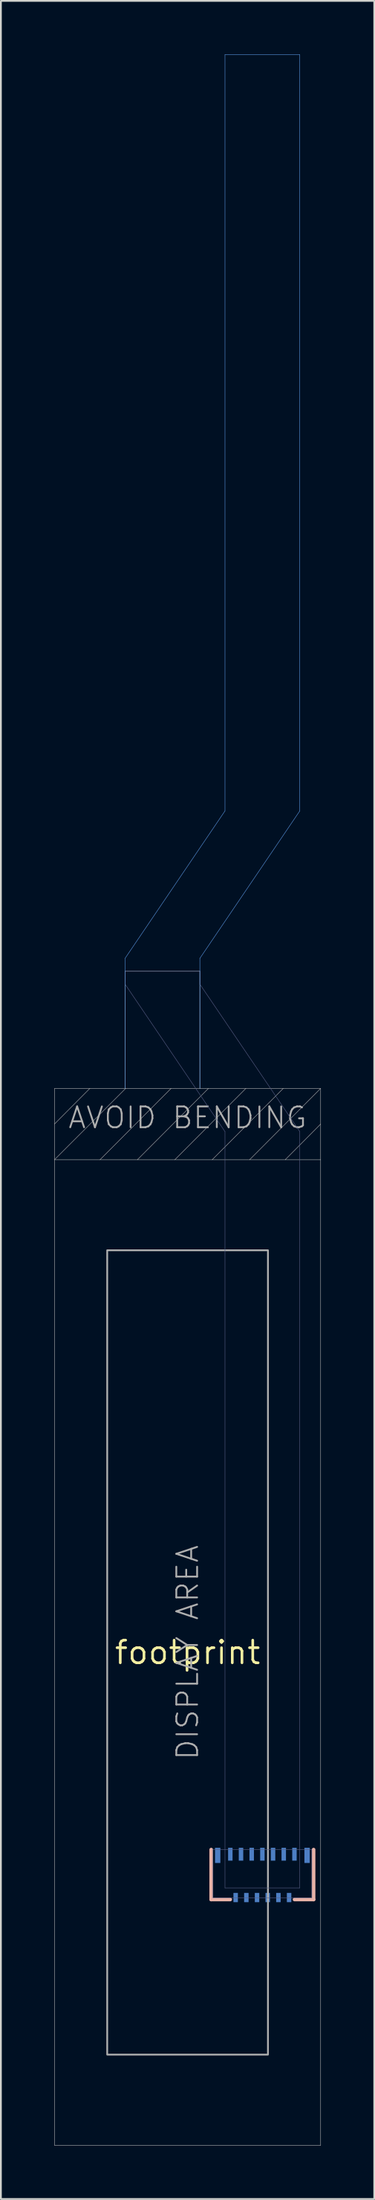
<source format=kicad_pcb>
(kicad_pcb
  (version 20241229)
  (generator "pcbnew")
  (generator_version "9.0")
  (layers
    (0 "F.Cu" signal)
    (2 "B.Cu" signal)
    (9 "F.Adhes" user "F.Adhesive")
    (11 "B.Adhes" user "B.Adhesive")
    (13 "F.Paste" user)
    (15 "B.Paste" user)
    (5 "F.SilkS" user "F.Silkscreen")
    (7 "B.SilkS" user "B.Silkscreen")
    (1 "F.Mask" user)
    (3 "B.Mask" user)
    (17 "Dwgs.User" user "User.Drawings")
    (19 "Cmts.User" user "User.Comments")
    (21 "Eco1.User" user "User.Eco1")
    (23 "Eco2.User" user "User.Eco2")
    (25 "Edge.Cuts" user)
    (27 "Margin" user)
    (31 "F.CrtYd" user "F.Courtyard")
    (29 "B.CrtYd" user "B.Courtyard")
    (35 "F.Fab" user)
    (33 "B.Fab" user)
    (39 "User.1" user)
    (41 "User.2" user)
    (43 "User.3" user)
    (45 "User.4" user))
  (footprint "footprint"
    (layer "F.Cu")
    (at 7.483 89.653)
    (property "Reference" "footprint" (at 0 0 0) (layer "F.SilkS") (effects (font (size 1.27 1.27) (thickness 0.15))))
    (fp_line (start 1.325 13.86) (end 1.325 11.06) (stroke (width 0.203) (type solid)) (layer "B.SilkS"))
    (fp_line (start 2.395 13.86) (end 1.325 13.86) (stroke (width 0.203) (type solid)) (layer "B.SilkS"))
    (fp_line (start 7.075 11.06) (end 7.075 13.86) (stroke (width 0.203) (type solid)) (layer "B.SilkS"))
    (fp_line (start 7.075 13.86) (end 6.005 13.86) (stroke (width 0.203) (type solid)) (layer "B.SilkS"))
    (fp_line (start -3.51 -38.94) (end -3.51 -31.64) (stroke (width 0.025) (type solid)) (layer "Cmts.User"))
    (fp_line (start -3.51 -38.94) (end 2.1 -47.21) (stroke (width 0.025) (type solid)) (layer "Cmts.User"))
    (fp_line (start 0.69 -38.94) (end 0.69 -31.64) (stroke (width 0.025) (type solid)) (layer "Cmts.User"))
    (fp_line (start 0.69 -38.94) (end 6.3 -47.21) (stroke (width 0.025) (type solid)) (layer "Cmts.User"))
    (fp_line (start 2.1 -89.64) (end 2.1 -47.21) (stroke (width 0.025) (type solid)) (layer "Cmts.User"))
    (fp_line (start 6.3 -89.64) (end 2.1 -89.64) (stroke (width 0.025) (type solid)) (layer "Cmts.User"))
    (fp_line (start 6.3 -47.21) (end 6.3 -89.64) (stroke (width 0.025) (type solid)) (layer "Cmts.User"))
    (fp_line (start -3.51 -37.49) (end -3.51 -38.215) (stroke (width 0.025) (type solid)) (layer "B.Fab"))
    (fp_line (start -3.51 -37.49) (end 2.1 -29.22) (stroke (width 0.025) (type solid)) (layer "B.Fab"))
    (fp_line (start 0.69 -38.215) (end -3.51 -38.215) (stroke (width 0.025) (type solid)) (layer "B.Fab"))
    (fp_line (start 0.69 -37.49) (end 0.69 -38.215) (stroke (width 0.025) (type solid)) (layer "B.Fab"))
    (fp_line (start 0.69 -37.49) (end 6.3 -29.22) (stroke (width 0.025) (type solid)) (layer "B.Fab"))
    (fp_line (start 1.425 13.76) (end 1.425 11.06) (stroke (width 0.025) (type solid)) (layer "B.Fab"))
    (fp_line (start 2.1 13.21) (end 2.1 -29.22) (stroke (width 0.025) (type solid)) (layer "B.Fab"))
    (fp_line (start 6.3 -29.22) (end 6.3 13.21) (stroke (width 0.025) (type solid)) (layer "B.Fab"))
    (fp_line (start 6.3 13.21) (end 2.1 13.21) (stroke (width 0.025) (type solid)) (layer "B.Fab"))
    (fp_line (start 6.975 11.06) (end 1.425 11.06) (stroke (width 0.025) (type solid)) (layer "B.Fab"))
    (fp_line (start 6.975 11.06) (end 6.975 13.76) (stroke (width 0.025) (type solid)) (layer "B.Fab"))
    (fp_line (start 6.975 13.76) (end 1.425 13.76) (stroke (width 0.025) (type solid)) (layer "B.Fab"))
    (fp_line (start -7.47 -31.64) (end -7.47 -29.65) (stroke (width 0.025) (type solid)) (layer "F.Fab"))
    (fp_line (start -7.47 -29.65) (end -7.47 -27.65) (stroke (width 0.025) (type solid)) (layer "F.Fab"))
    (fp_line (start -7.47 -29.65) (end -5.49 -31.64) (stroke (width 0.025) (type solid)) (layer "F.Fab"))
    (fp_line (start -7.47 -27.65) (end -7.47 27.65) (stroke (width 0.025) (type solid)) (layer "F.Fab"))
    (fp_line (start -7.47 -27.65) (end -4.91 -27.65) (stroke (width 0.025) (type solid)) (layer "F.Fab"))
    (fp_line (start -7.47 -27.65) (end -3.48 -31.64) (stroke (width 0.025) (type solid)) (layer "F.Fab"))
    (fp_line (start -7.47 27.65) (end 7.47 27.65) (stroke (width 0.025) (type solid)) (layer "F.Fab"))
    (fp_line (start -5.49 -31.64) (end -7.47 -31.64) (stroke (width 0.025) (type solid)) (layer "F.Fab"))
    (fp_line (start -4.91 -27.65) (end -2.81 -27.65) (stroke (width 0.025) (type solid)) (layer "F.Fab"))
    (fp_line (start -4.91 -27.65) (end -0.93 -31.64) (stroke (width 0.025) (type solid)) (layer "F.Fab"))
    (fp_line (start -3.51 -38.215) (end -3.51 -31.64) (stroke (width 0.025) (type solid)) (layer "F.Fab"))
    (fp_line (start -3.51 -38.215) (end 0.69 -38.215) (stroke (width 0.025) (type solid)) (layer "F.Fab"))
    (fp_line (start -3.51 -31.64) (end -5.49 -31.64) (stroke (width 0.025) (type solid)) (layer "F.Fab"))
    (fp_line (start -3.48 -31.64) (end -3.51 -31.64) (stroke (width 0.025) (type solid)) (layer "F.Fab"))
    (fp_line (start -2.81 -27.65) (end -0.71 -27.65) (stroke (width 0.025) (type solid)) (layer "F.Fab"))
    (fp_line (start -2.81 -27.65) (end 1.17 -31.64) (stroke (width 0.025) (type solid)) (layer "F.Fab"))
    (fp_line (start -0.93 -31.64) (end -3.48 -31.64) (stroke (width 0.025) (type solid)) (layer "F.Fab"))
    (fp_line (start -0.71 -27.65) (end 1.39 -27.65) (stroke (width 0.025) (type solid)) (layer "F.Fab"))
    (fp_line (start -0.71 -27.65) (end 3.27 -31.64) (stroke (width 0.025) (type solid)) (layer "F.Fab"))
    (fp_line (start 0.69 -38.215) (end 0.69 -31.64) (stroke (width 0.025) (type solid)) (layer "F.Fab"))
    (fp_line (start 0.69 -31.64) (end -0.93 -31.64) (stroke (width 0.025) (type solid)) (layer "F.Fab"))
    (fp_line (start 1.17 -31.64) (end 0.69 -31.64) (stroke (width 0.025) (type solid)) (layer "F.Fab"))
    (fp_line (start 1.39 -27.65) (end 3.49 -27.65) (stroke (width 0.025) (type solid)) (layer "F.Fab"))
    (fp_line (start 1.39 -27.65) (end 5.37 -31.64) (stroke (width 0.025) (type solid)) (layer "F.Fab"))
    (fp_line (start 3.27 -31.64) (end 1.17 -31.64) (stroke (width 0.025) (type solid)) (layer "F.Fab"))
    (fp_line (start 3.49 -27.65) (end 5.49 -27.65) (stroke (width 0.025) (type solid)) (layer "F.Fab"))
    (fp_line (start 3.49 -27.65) (end 7.47 -31.64) (stroke (width 0.025) (type solid)) (layer "F.Fab"))
    (fp_line (start 5.37 -31.64) (end 3.27 -31.64) (stroke (width 0.025) (type solid)) (layer "F.Fab"))
    (fp_line (start 5.49 -27.65) (end 7.47 -29.64) (stroke (width 0.025) (type solid)) (layer "F.Fab"))
    (fp_line (start 5.49 -27.65) (end 7.47 -27.65) (stroke (width 0.025) (type solid)) (layer "F.Fab"))
    (fp_line (start 7.47 -31.64) (end 5.37 -31.64) (stroke (width 0.025) (type solid)) (layer "F.Fab"))
    (fp_line (start 7.47 -29.64) (end 7.47 -31.64) (stroke (width 0.025) (type solid)) (layer "F.Fab"))
    (fp_line (start 7.47 -27.65) (end 7.47 -29.64) (stroke (width 0.025) (type solid)) (layer "F.Fab"))
    (fp_line (start 7.47 27.65) (end 7.47 -27.65) (stroke (width 0.025) (type solid)) (layer "F.Fab"))
    (fp_poly (pts (xy 4.513 22.561) (xy -4.513 22.561) (xy -4.513 -22.561) (xy 4.513 -22.561)) (stroke (width 0.1) (type solid)) (fill no) (layer "F.Fab"))
    (fp_text user "AVOID BENDING" (at 0 -30 0) (layer "F.Fab") (effects (font (size 1.168 1.168) (thickness 0.102))))
    (fp_text user "DISPLAY AREA" (at 0 0 90) (layer "F.Fab") (effects (font (size 1.168 1.168) (thickness 0.102))))
    (pad "1" smd rect (at 6 11.32) (size 0.25 0.72) (layers "B.Cu" "B.Mask" "B.Paste"))
    (pad "2" smd rect (at 5.7 13.75) (size 0.25 0.52) (layers "B.Cu" "B.Mask" "B.Paste"))
    (pad "3" smd rect (at 5.4 11.32) (size 0.25 0.72) (layers "B.Cu" "B.Mask" "B.Paste"))
    (pad "4" smd rect (at 5.1 13.75) (size 0.25 0.52) (layers "B.Cu" "B.Mask" "B.Paste"))
    (pad "5" smd rect (at 4.8 11.32) (size 0.25 0.72) (layers "B.Cu" "B.Mask" "B.Paste"))
    (pad "6" smd rect (at 4.5 13.75) (size 0.25 0.52) (layers "B.Cu" "B.Mask" "B.Paste"))
    (pad "7" smd rect (at 4.2 11.32) (size 0.25 0.72) (layers "B.Cu" "B.Mask" "B.Paste"))
    (pad "8" smd rect (at 3.9 13.75) (size 0.25 0.52) (layers "B.Cu" "B.Mask" "B.Paste"))
    (pad "9" smd rect (at 3.6 11.32) (size 0.25 0.72) (layers "B.Cu" "B.Mask" "B.Paste"))
    (pad "10" smd rect (at 3.3 13.75) (size 0.25 0.52) (layers "B.Cu" "B.Mask" "B.Paste"))
    (pad "11" smd rect (at 3 11.32) (size 0.25 0.72) (layers "B.Cu" "B.Mask" "B.Paste"))
    (pad "12" smd rect (at 2.7 13.75) (size 0.25 0.52) (layers "B.Cu" "B.Mask" "B.Paste"))
    (pad "13" smd rect (at 2.4 11.32) (size 0.25 0.72) (layers "B.Cu" "B.Mask" "B.Paste"))
    (pad "P$1" smd rect (at 1.69 11.385) (size 0.3 0.85) (layers "B.Cu" "B.Mask" "B.Paste"))
    (pad "P$2" smd rect (at 6.71 11.385) (size 0.3 0.85) (layers "B.Cu" "B.Mask" "B.Paste")))
  (gr_rect
    (start -3 -3)
    (end 17.965 120.315)
    (stroke (width 0.1) (type default))
    (fill no)
    (layer "Edge.Cuts")))
</source>
